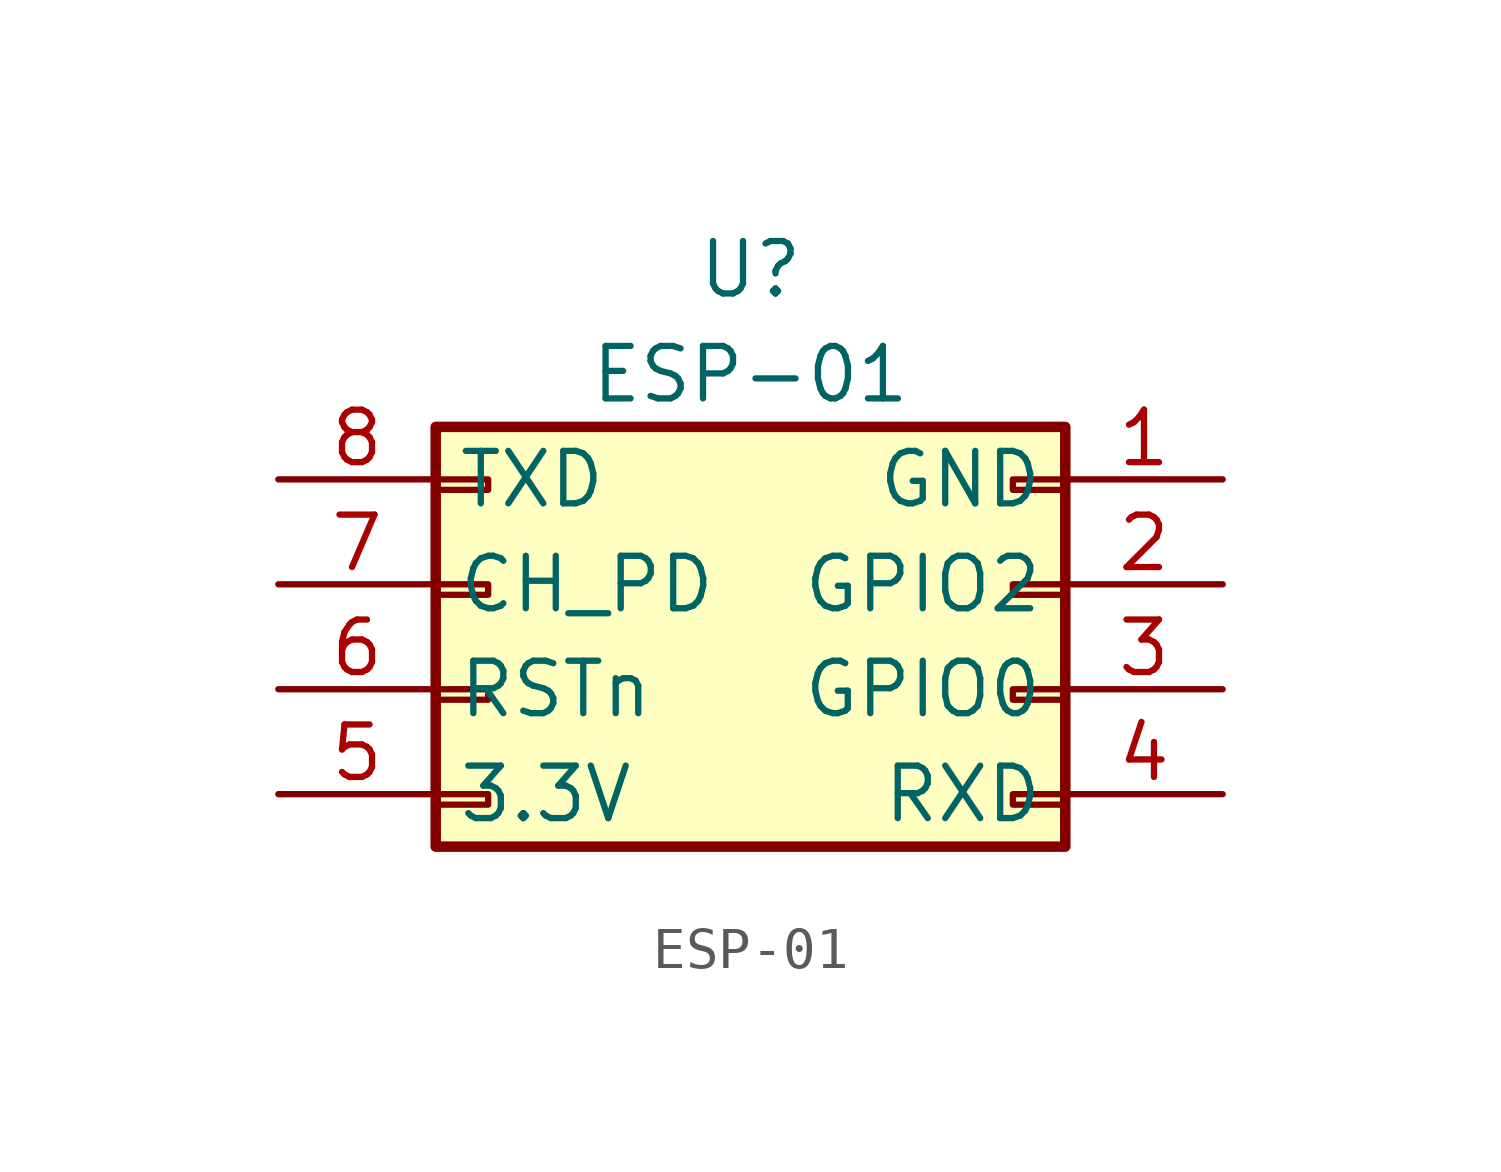
<source format=kicad_sym>
(kicad_symbol_lib
  (version 20220914)
  (generator kicad_symbol_editor)
  (symbol "ESP-01"
    (property "Reference" "U"
      (at 7.62 5.08 0)
      (effects (font (size 1.27 1.27))))
    (property "Value" "ESP-01"
      (at 7.62 2.54 0)
      (effects (font (size 1.27 1.27))))
    (symbol "ESP-01_1_1"
      (rectangle (start 0 -7.62) (end 1.27 -7.874) (stroke (width 0.152) (type default)) (fill (type none)))
      (rectangle (start 0 -5.08) (end 1.27 -5.334) (stroke (width 0.152) (type default)) (fill (type none)))
      (rectangle (start 0 -2.54) (end 1.27 -2.794) (stroke (width 0.152) (type default)) (fill (type none)))
      (rectangle (start 0 0) (end 1.27 -0.254) (stroke (width 0.152) (type default)) (fill (type none)))
      (rectangle (start 0 1.27) (end 15.24 -8.89) (stroke (width 0.254) (type default)) (fill (type background)))
      (rectangle (start 15.24 -7.62) (end 13.97 -7.874) (stroke (width 0.152) (type default)) (fill (type none)))
      (rectangle (start 15.24 -5.08) (end 13.97 -5.334) (stroke (width 0.152) (type default)) (fill (type none)))
      (rectangle (start 15.24 -2.54) (end 13.97 -2.794) (stroke (width 0.152) (type default)) (fill (type none)))
      (rectangle (start 15.24 0) (end 13.97 -0.254) (stroke (width 0.152) (type default)) (fill (type none)))
      (pin passive line (at 19.05 0 180) (length 3.81) (name "GND" (effects (font (size 1.27 1.27)))) (number "1" (effects (font (size 1.27 1.27)))))
      (pin passive line (at 19.05 -2.54 180) (length 3.81) (name "GPIO2" (effects (font (size 1.27 1.27)))) (number "2" (effects (font (size 1.27 1.27)))))
      (pin passive line (at 19.05 -5.08 180) (length 3.81) (name "GPIO0" (effects (font (size 1.27 1.27)))) (number "3" (effects (font (size 1.27 1.27)))))
      (pin passive line (at 19.05 -7.62 180) (length 3.81) (name "RXD" (effects (font (size 1.27 1.27)))) (number "4" (effects (font (size 1.27 1.27)))))
      (pin passive line (at -3.81 -7.62 0) (length 3.81) (name "3.3V" (effects (font (size 1.27 1.27)))) (number "5" (effects (font (size 1.27 1.27)))))
      (pin passive line (at -3.81 -5.08 0) (length 3.81) (name "RSTn" (effects (font (size 1.27 1.27)))) (number "6" (effects (font (size 1.27 1.27)))))
      (pin passive line (at -3.81 -2.54 0) (length 3.81) (name "CH_PD" (effects (font (size 1.27 1.27)))) (number "7" (effects (font (size 1.27 1.27)))))
      (pin passive line (at -3.81 0 0) (length 3.81) (name "TXD" (effects (font (size 1.27 1.27)))) (number "8" (effects (font (size 1.27 1.27))))))))
</source>
